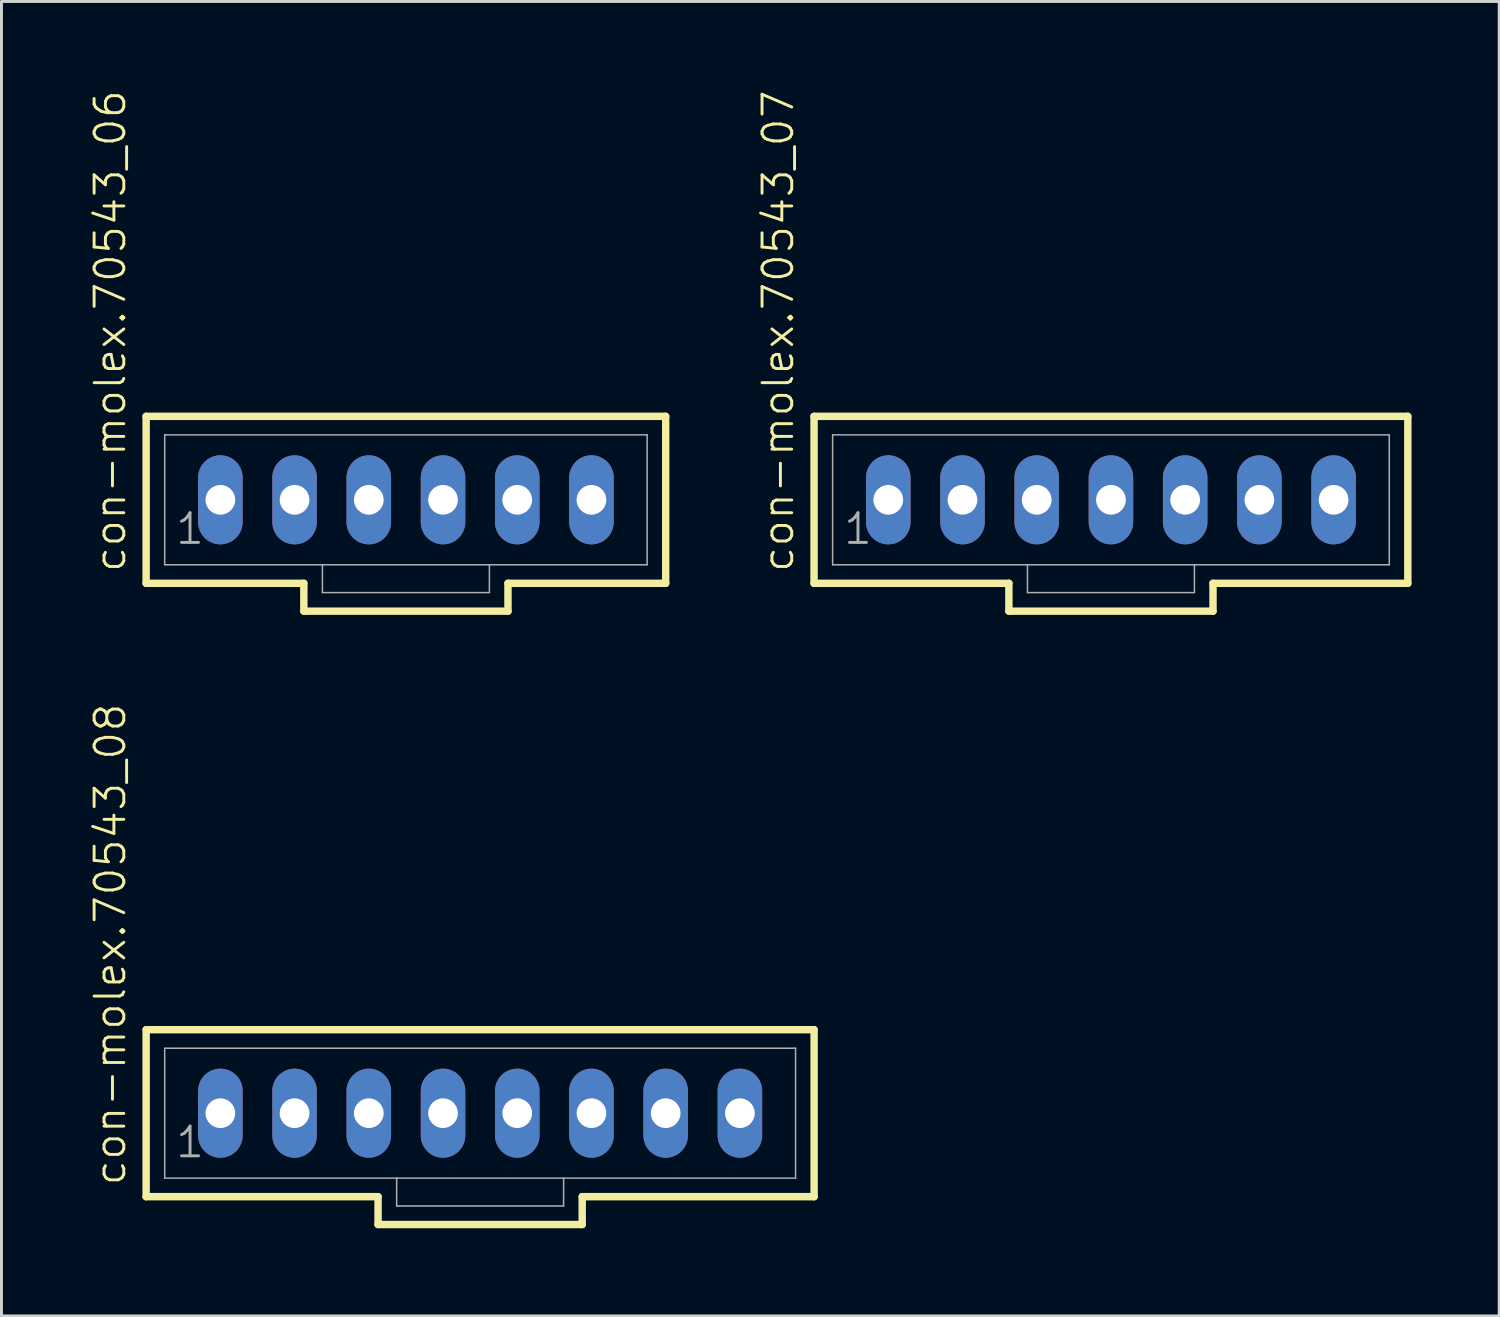
<source format=kicad_pcb>
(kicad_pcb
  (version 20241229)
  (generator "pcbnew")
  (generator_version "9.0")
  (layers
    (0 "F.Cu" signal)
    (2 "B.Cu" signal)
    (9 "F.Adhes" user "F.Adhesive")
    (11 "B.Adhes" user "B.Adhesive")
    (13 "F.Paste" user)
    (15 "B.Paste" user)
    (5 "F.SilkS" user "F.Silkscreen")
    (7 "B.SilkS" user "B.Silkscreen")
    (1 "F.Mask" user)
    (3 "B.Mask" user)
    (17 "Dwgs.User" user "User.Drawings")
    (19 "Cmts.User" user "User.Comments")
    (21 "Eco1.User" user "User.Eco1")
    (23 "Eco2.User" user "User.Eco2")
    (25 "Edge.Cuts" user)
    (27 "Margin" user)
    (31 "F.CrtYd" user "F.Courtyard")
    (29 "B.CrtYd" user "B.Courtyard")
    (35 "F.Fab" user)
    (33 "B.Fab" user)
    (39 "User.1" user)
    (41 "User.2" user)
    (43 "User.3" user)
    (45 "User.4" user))
  (footprint "con-molex.70543_07"
    (layer "F.Cu")
    (at 34.969 14.055)
    (property "Reference" "con-molex.70543_07" (at -10.795 2.54 90) (layer "F.SilkS") (effects (font (size 1.016 1.016) (thickness 0.1)) (justify left bottom)))
    (attr through_hole)
    (fp_line (start -10.16 -2.857) (end -10.16 2.857) (stroke (width 0.254) (type default)) (layer "F.SilkS"))
    (fp_line (start -10.16 2.857) (end -3.493 2.857) (stroke (width 0.254) (type default)) (layer "F.SilkS"))
    (fp_line (start -3.493 2.857) (end -3.493 3.81) (stroke (width 0.254) (type default)) (layer "F.SilkS"))
    (fp_line (start -3.493 3.81) (end 3.493 3.81) (stroke (width 0.254) (type default)) (layer "F.SilkS"))
    (fp_line (start 3.493 2.857) (end 10.16 2.857) (stroke (width 0.254) (type default)) (layer "F.SilkS"))
    (fp_line (start 3.493 3.81) (end 3.493 2.857) (stroke (width 0.254) (type default)) (layer "F.SilkS"))
    (fp_line (start 10.16 -2.857) (end -10.16 -2.857) (stroke (width 0.254) (type default)) (layer "F.SilkS"))
    (fp_line (start 10.16 2.857) (end 10.16 -2.857) (stroke (width 0.254) (type default)) (layer "F.SilkS"))
    (fp_line (start -9.525 -2.223) (end -9.525 2.223) (stroke (width 0.051) (type default)) (layer "F.Fab"))
    (fp_line (start -9.525 -2.223) (end 9.525 -2.223) (stroke (width 0.051) (type default)) (layer "F.Fab"))
    (fp_line (start -9.525 2.223) (end -2.857 2.223) (stroke (width 0.051) (type default)) (layer "F.Fab"))
    (fp_line (start -2.857 2.223) (end -2.857 3.175) (stroke (width 0.051) (type default)) (layer "F.Fab"))
    (fp_line (start -2.857 2.223) (end 2.857 2.223) (stroke (width 0.051) (type default)) (layer "F.Fab"))
    (fp_line (start 2.857 2.223) (end 2.857 3.175) (stroke (width 0.051) (type default)) (layer "F.Fab"))
    (fp_line (start 2.857 2.223) (end 9.525 2.223) (stroke (width 0.051) (type default)) (layer "F.Fab"))
    (fp_line (start 2.857 3.175) (end -2.857 3.175) (stroke (width 0.051) (type default)) (layer "F.Fab"))
    (fp_line (start 9.525 -2.223) (end 9.525 2.223) (stroke (width 0.051) (type default)) (layer "F.Fab"))
    (fp_rect (start -7.858 0.238) (end -7.382 -0.238) (stroke (width 0.05) (type default)) (fill no) (layer "F.Fab"))
    (fp_rect (start -5.318 0.238) (end -4.842 -0.238) (stroke (width 0.05) (type default)) (fill no) (layer "F.Fab"))
    (fp_rect (start -2.778 0.238) (end -2.302 -0.238) (stroke (width 0.05) (type default)) (fill no) (layer "F.Fab"))
    (fp_rect (start -0.238 0.238) (end 0.238 -0.238) (stroke (width 0.05) (type default)) (fill no) (layer "F.Fab"))
    (fp_rect (start 2.302 0.238) (end 2.778 -0.238) (stroke (width 0.05) (type default)) (fill no) (layer "F.Fab"))
    (fp_rect (start 4.842 0.238) (end 5.318 -0.238) (stroke (width 0.05) (type default)) (fill no) (layer "F.Fab"))
    (fp_rect (start 7.382 0.238) (end 7.858 -0.238) (stroke (width 0.05) (type default)) (fill no) (layer "F.Fab"))
    (fp_text user "1" (at -9.207 1.587 0) (layer "F.Fab") (effects (font (size 1.016 1.016) (thickness 0.1)) (justify left bottom)))
    (pad "1" thru_hole oval (at -7.62 0 90) (size 3.048 1.524) (drill 1.016) (layers "*.Cu" "*.Mask"))
    (pad "2" thru_hole oval (at -5.08 0 90) (size 3.048 1.524) (drill 1.016) (layers "*.Cu" "*.Mask"))
    (pad "3" thru_hole oval (at -2.54 0 90) (size 3.048 1.524) (drill 1.016) (layers "*.Cu" "*.Mask"))
    (pad "4" thru_hole oval (at 0 0 90) (size 3.048 1.524) (drill 1.016) (layers "*.Cu" "*.Mask"))
    (pad "5" thru_hole oval (at 2.54 0 90) (size 3.048 1.524) (drill 1.016) (layers "*.Cu" "*.Mask"))
    (pad "6" thru_hole oval (at 5.08 0 90) (size 3.048 1.524) (drill 1.016) (layers "*.Cu" "*.Mask"))
    (pad "7" thru_hole oval (at 7.62 0 90) (size 3.048 1.524) (drill 1.016) (layers "*.Cu" "*.Mask")))
  (footprint "con-molex.70543_08"
    (layer "F.Cu")
    (at 13.381 35.046)
    (property "Reference" "con-molex.70543_08" (at -12.065 2.54 90) (layer "F.SilkS") (effects (font (size 1.016 1.016) (thickness 0.1)) (justify left bottom)))
    (attr through_hole)
    (fp_line (start -11.43 -2.857) (end -11.43 2.857) (stroke (width 0.254) (type default)) (layer "F.SilkS"))
    (fp_line (start -11.43 2.857) (end -3.493 2.857) (stroke (width 0.254) (type default)) (layer "F.SilkS"))
    (fp_line (start -3.493 2.857) (end -3.493 3.81) (stroke (width 0.254) (type default)) (layer "F.SilkS"))
    (fp_line (start -3.493 3.81) (end 3.493 3.81) (stroke (width 0.254) (type default)) (layer "F.SilkS"))
    (fp_line (start 3.493 2.857) (end 11.43 2.857) (stroke (width 0.254) (type default)) (layer "F.SilkS"))
    (fp_line (start 3.493 3.81) (end 3.493 2.857) (stroke (width 0.254) (type default)) (layer "F.SilkS"))
    (fp_line (start 11.43 -2.857) (end -11.43 -2.857) (stroke (width 0.254) (type default)) (layer "F.SilkS"))
    (fp_line (start 11.43 2.857) (end 11.43 -2.857) (stroke (width 0.254) (type default)) (layer "F.SilkS"))
    (fp_line (start -10.795 -2.223) (end -10.795 2.223) (stroke (width 0.051) (type default)) (layer "F.Fab"))
    (fp_line (start -10.795 -2.223) (end 10.795 -2.223) (stroke (width 0.051) (type default)) (layer "F.Fab"))
    (fp_line (start -10.795 2.223) (end -2.857 2.223) (stroke (width 0.051) (type default)) (layer "F.Fab"))
    (fp_line (start -2.857 2.223) (end -2.857 3.175) (stroke (width 0.051) (type default)) (layer "F.Fab"))
    (fp_line (start -2.857 2.223) (end 2.857 2.223) (stroke (width 0.051) (type default)) (layer "F.Fab"))
    (fp_line (start 2.857 2.223) (end 2.857 3.175) (stroke (width 0.051) (type default)) (layer "F.Fab"))
    (fp_line (start 2.857 2.223) (end 10.795 2.223) (stroke (width 0.051) (type default)) (layer "F.Fab"))
    (fp_line (start 2.857 3.175) (end -2.857 3.175) (stroke (width 0.051) (type default)) (layer "F.Fab"))
    (fp_line (start 10.795 -2.223) (end 10.795 2.223) (stroke (width 0.051) (type default)) (layer "F.Fab"))
    (fp_rect (start -9.128 0.238) (end -8.652 -0.238) (stroke (width 0.05) (type default)) (fill no) (layer "F.Fab"))
    (fp_rect (start -6.588 0.238) (end -6.112 -0.238) (stroke (width 0.05) (type default)) (fill no) (layer "F.Fab"))
    (fp_rect (start -4.048 0.238) (end -3.572 -0.238) (stroke (width 0.05) (type default)) (fill no) (layer "F.Fab"))
    (fp_rect (start -1.508 0.238) (end -1.032 -0.238) (stroke (width 0.05) (type default)) (fill no) (layer "F.Fab"))
    (fp_rect (start 1.032 0.238) (end 1.508 -0.238) (stroke (width 0.05) (type default)) (fill no) (layer "F.Fab"))
    (fp_rect (start 3.572 0.238) (end 4.048 -0.238) (stroke (width 0.05) (type default)) (fill no) (layer "F.Fab"))
    (fp_rect (start 6.112 0.238) (end 6.588 -0.238) (stroke (width 0.05) (type default)) (fill no) (layer "F.Fab"))
    (fp_rect (start 8.652 0.238) (end 9.128 -0.238) (stroke (width 0.05) (type default)) (fill no) (layer "F.Fab"))
    (fp_text user "1" (at -10.477 1.587 0) (layer "F.Fab") (effects (font (size 1.016 1.016) (thickness 0.1)) (justify left bottom)))
    (pad "1" thru_hole oval (at -8.89 0 90) (size 3.048 1.524) (drill 1.016) (layers "*.Cu" "*.Mask"))
    (pad "2" thru_hole oval (at -6.35 0 90) (size 3.048 1.524) (drill 1.016) (layers "*.Cu" "*.Mask"))
    (pad "3" thru_hole oval (at -3.81 0 90) (size 3.048 1.524) (drill 1.016) (layers "*.Cu" "*.Mask"))
    (pad "4" thru_hole oval (at -1.27 0 90) (size 3.048 1.524) (drill 1.016) (layers "*.Cu" "*.Mask"))
    (pad "5" thru_hole oval (at 1.27 0 90) (size 3.048 1.524) (drill 1.016) (layers "*.Cu" "*.Mask"))
    (pad "6" thru_hole oval (at 3.81 0 90) (size 3.048 1.524) (drill 1.016) (layers "*.Cu" "*.Mask"))
    (pad "7" thru_hole oval (at 6.35 0 90) (size 3.048 1.524) (drill 1.016) (layers "*.Cu" "*.Mask"))
    (pad "8" thru_hole oval (at 8.89 0 90) (size 3.048 1.524) (drill 1.016) (layers "*.Cu" "*.Mask")))
  (footprint "con-molex.70543_06"
    (layer "F.Cu")
    (at 10.841 14.055)
    (property "Reference" "con-molex.70543_06" (at -9.525 2.54 90) (layer "F.SilkS") (effects (font (size 1.016 1.016) (thickness 0.1)) (justify left bottom)))
    (attr through_hole)
    (fp_line (start -8.89 -2.857) (end -8.89 2.857) (stroke (width 0.254) (type default)) (layer "F.SilkS"))
    (fp_line (start -8.89 2.857) (end -3.493 2.857) (stroke (width 0.254) (type default)) (layer "F.SilkS"))
    (fp_line (start -3.493 2.857) (end -3.493 3.81) (stroke (width 0.254) (type default)) (layer "F.SilkS"))
    (fp_line (start -3.493 3.81) (end 3.493 3.81) (stroke (width 0.254) (type default)) (layer "F.SilkS"))
    (fp_line (start 3.493 2.857) (end 8.89 2.857) (stroke (width 0.254) (type default)) (layer "F.SilkS"))
    (fp_line (start 3.493 3.81) (end 3.493 2.857) (stroke (width 0.254) (type default)) (layer "F.SilkS"))
    (fp_line (start 8.89 -2.857) (end -8.89 -2.857) (stroke (width 0.254) (type default)) (layer "F.SilkS"))
    (fp_line (start 8.89 2.857) (end 8.89 -2.857) (stroke (width 0.254) (type default)) (layer "F.SilkS"))
    (fp_line (start -8.255 -2.223) (end -8.255 2.223) (stroke (width 0.051) (type default)) (layer "F.Fab"))
    (fp_line (start -8.255 -2.223) (end 8.255 -2.223) (stroke (width 0.051) (type default)) (layer "F.Fab"))
    (fp_line (start -8.255 2.223) (end -2.857 2.223) (stroke (width 0.051) (type default)) (layer "F.Fab"))
    (fp_line (start -2.857 2.223) (end -2.857 3.175) (stroke (width 0.051) (type default)) (layer "F.Fab"))
    (fp_line (start -2.857 2.223) (end 2.857 2.223) (stroke (width 0.051) (type default)) (layer "F.Fab"))
    (fp_line (start 2.857 2.223) (end 2.857 3.175) (stroke (width 0.051) (type default)) (layer "F.Fab"))
    (fp_line (start 2.857 2.223) (end 8.255 2.223) (stroke (width 0.051) (type default)) (layer "F.Fab"))
    (fp_line (start 2.857 3.175) (end -2.857 3.175) (stroke (width 0.051) (type default)) (layer "F.Fab"))
    (fp_line (start 8.255 -2.223) (end 8.255 2.223) (stroke (width 0.051) (type default)) (layer "F.Fab"))
    (fp_rect (start -6.588 0.238) (end -6.112 -0.238) (stroke (width 0.05) (type default)) (fill no) (layer "F.Fab"))
    (fp_rect (start -4.048 0.238) (end -3.572 -0.238) (stroke (width 0.05) (type default)) (fill no) (layer "F.Fab"))
    (fp_rect (start -1.508 0.238) (end -1.032 -0.238) (stroke (width 0.05) (type default)) (fill no) (layer "F.Fab"))
    (fp_rect (start 1.032 0.238) (end 1.508 -0.238) (stroke (width 0.05) (type default)) (fill no) (layer "F.Fab"))
    (fp_rect (start 3.572 0.238) (end 4.048 -0.238) (stroke (width 0.05) (type default)) (fill no) (layer "F.Fab"))
    (fp_rect (start 6.112 0.238) (end 6.588 -0.238) (stroke (width 0.05) (type default)) (fill no) (layer "F.Fab"))
    (fp_text user "1" (at -7.938 1.587 0) (layer "F.Fab") (effects (font (size 1.016 1.016) (thickness 0.1)) (justify left bottom)))
    (pad "1" thru_hole oval (at -6.35 0 90) (size 3.048 1.524) (drill 1.016) (layers "*.Cu" "*.Mask"))
    (pad "2" thru_hole oval (at -3.81 0 90) (size 3.048 1.524) (drill 1.016) (layers "*.Cu" "*.Mask"))
    (pad "3" thru_hole oval (at -1.27 0 90) (size 3.048 1.524) (drill 1.016) (layers "*.Cu" "*.Mask"))
    (pad "4" thru_hole oval (at 1.27 0 90) (size 3.048 1.524) (drill 1.016) (layers "*.Cu" "*.Mask"))
    (pad "5" thru_hole oval (at 3.81 0 90) (size 3.048 1.524) (drill 1.016) (layers "*.Cu" "*.Mask"))
    (pad "6" thru_hole oval (at 6.35 0 90) (size 3.048 1.524) (drill 1.016) (layers "*.Cu" "*.Mask")))
  (gr_rect
    (start -3 -3)
    (end 48.256 41.983)
    (stroke (width 0.1) (type default))
    (fill no)
    (layer "Edge.Cuts")))
</source>
